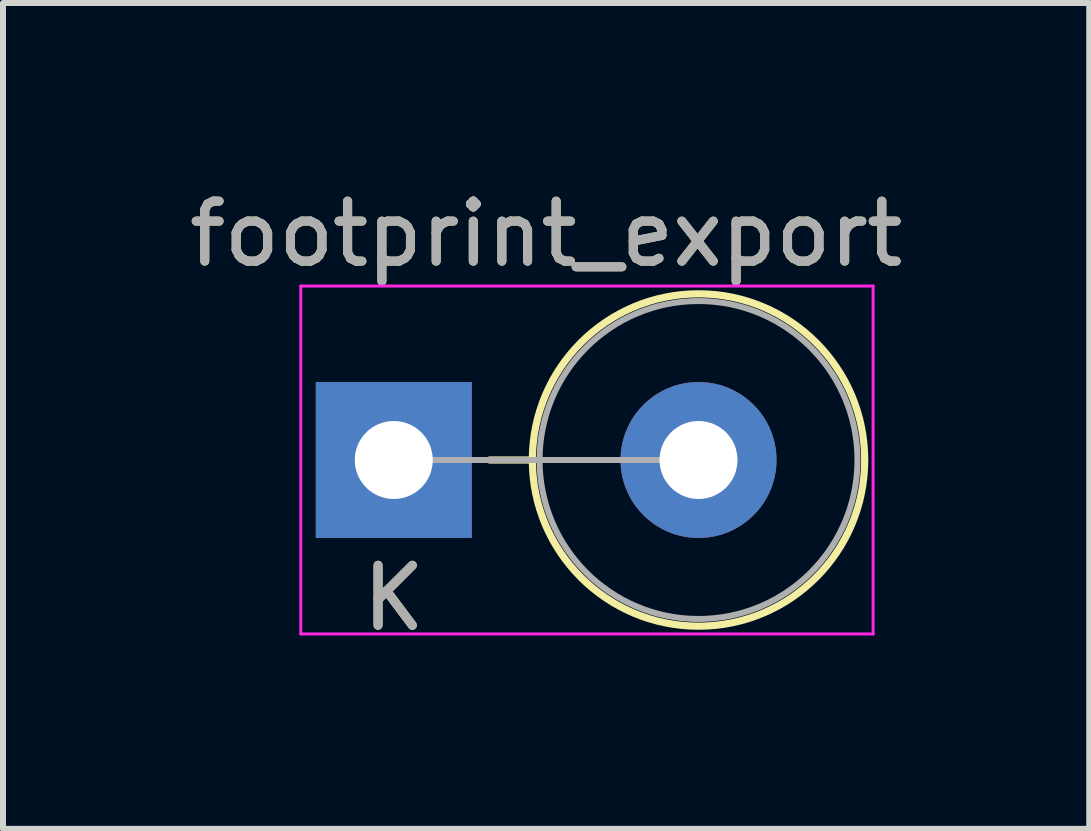
<source format=kicad_pcb>
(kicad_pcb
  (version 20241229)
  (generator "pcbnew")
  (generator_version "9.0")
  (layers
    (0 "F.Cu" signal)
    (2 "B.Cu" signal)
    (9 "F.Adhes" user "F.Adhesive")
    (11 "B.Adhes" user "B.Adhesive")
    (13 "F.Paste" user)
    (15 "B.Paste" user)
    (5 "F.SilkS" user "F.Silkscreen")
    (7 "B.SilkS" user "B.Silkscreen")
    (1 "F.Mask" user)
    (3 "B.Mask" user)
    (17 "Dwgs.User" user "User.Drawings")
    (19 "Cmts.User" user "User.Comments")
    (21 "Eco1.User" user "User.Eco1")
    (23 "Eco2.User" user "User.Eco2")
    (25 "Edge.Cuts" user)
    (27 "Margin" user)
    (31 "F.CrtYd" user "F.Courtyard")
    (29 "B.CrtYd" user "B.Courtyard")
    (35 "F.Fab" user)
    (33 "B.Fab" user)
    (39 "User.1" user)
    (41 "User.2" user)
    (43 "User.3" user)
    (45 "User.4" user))
  (footprint "footprint_export"
    (layer "F.Cu")
    (at 3.514 4.618)
    (property "Reference" "footprint_export" (at 2.54 -3.77 0) (layer "F.SilkS") (effects (font (size 1 1) (thickness 0.15))))
    (attr through_hole)
    (fp_line (start 2.31 0) (end 1.6 0) (stroke (width 0.12) (type solid)) (layer "F.SilkS"))
    (fp_circle (center 5.08 0) (end 7.85 0) (stroke (width 0.12) (type solid)) (fill no) (layer "F.SilkS"))
    (fp_line (start -1.55 -2.9) (end -1.55 2.9) (stroke (width 0.05) (type solid)) (layer "F.CrtYd"))
    (fp_line (start -1.55 2.9) (end 7.99 2.9) (stroke (width 0.05) (type solid)) (layer "F.CrtYd"))
    (fp_line (start 7.99 -2.9) (end -1.55 -2.9) (stroke (width 0.05) (type solid)) (layer "F.CrtYd"))
    (fp_line (start 7.99 2.9) (end 7.99 -2.9) (stroke (width 0.05) (type solid)) (layer "F.CrtYd"))
    (fp_line (start 0 0) (end 5.08 0) (stroke (width 0.1) (type solid)) (layer "F.Fab"))
    (fp_circle (center 5.08 0) (end 7.73 0) (stroke (width 0.1) (type solid)) (fill no) (layer "F.Fab"))
    (fp_text user "K" (at 0 2.3 0) (layer "F.SilkS") (effects (font (size 1 1) (thickness 0.15))))
    (fp_text user "${REFERENCE}" (at 2.54 -3.77 0) (layer "F.Fab") (effects (font (size 1 1) (thickness 0.15))))
    (fp_text user "K" (at 0 2.3 0) (layer "F.Fab") (effects (font (size 1 1) (thickness 0.15))))
    (pad "1" thru_hole rect (at 0 0) (size 2.6 2.6) (drill 1.3) (layers "*.Cu" "*.Mask"))
    (pad "2" thru_hole oval (at 5.08 0) (size 2.6 2.6) (drill 1.3) (layers "*.Cu" "*.Mask")))
  (gr_rect
    (start -3 -3)
    (end 15.107 10.767)
    (stroke (width 0.1) (type default))
    (fill no)
    (layer "Edge.Cuts")))
</source>
